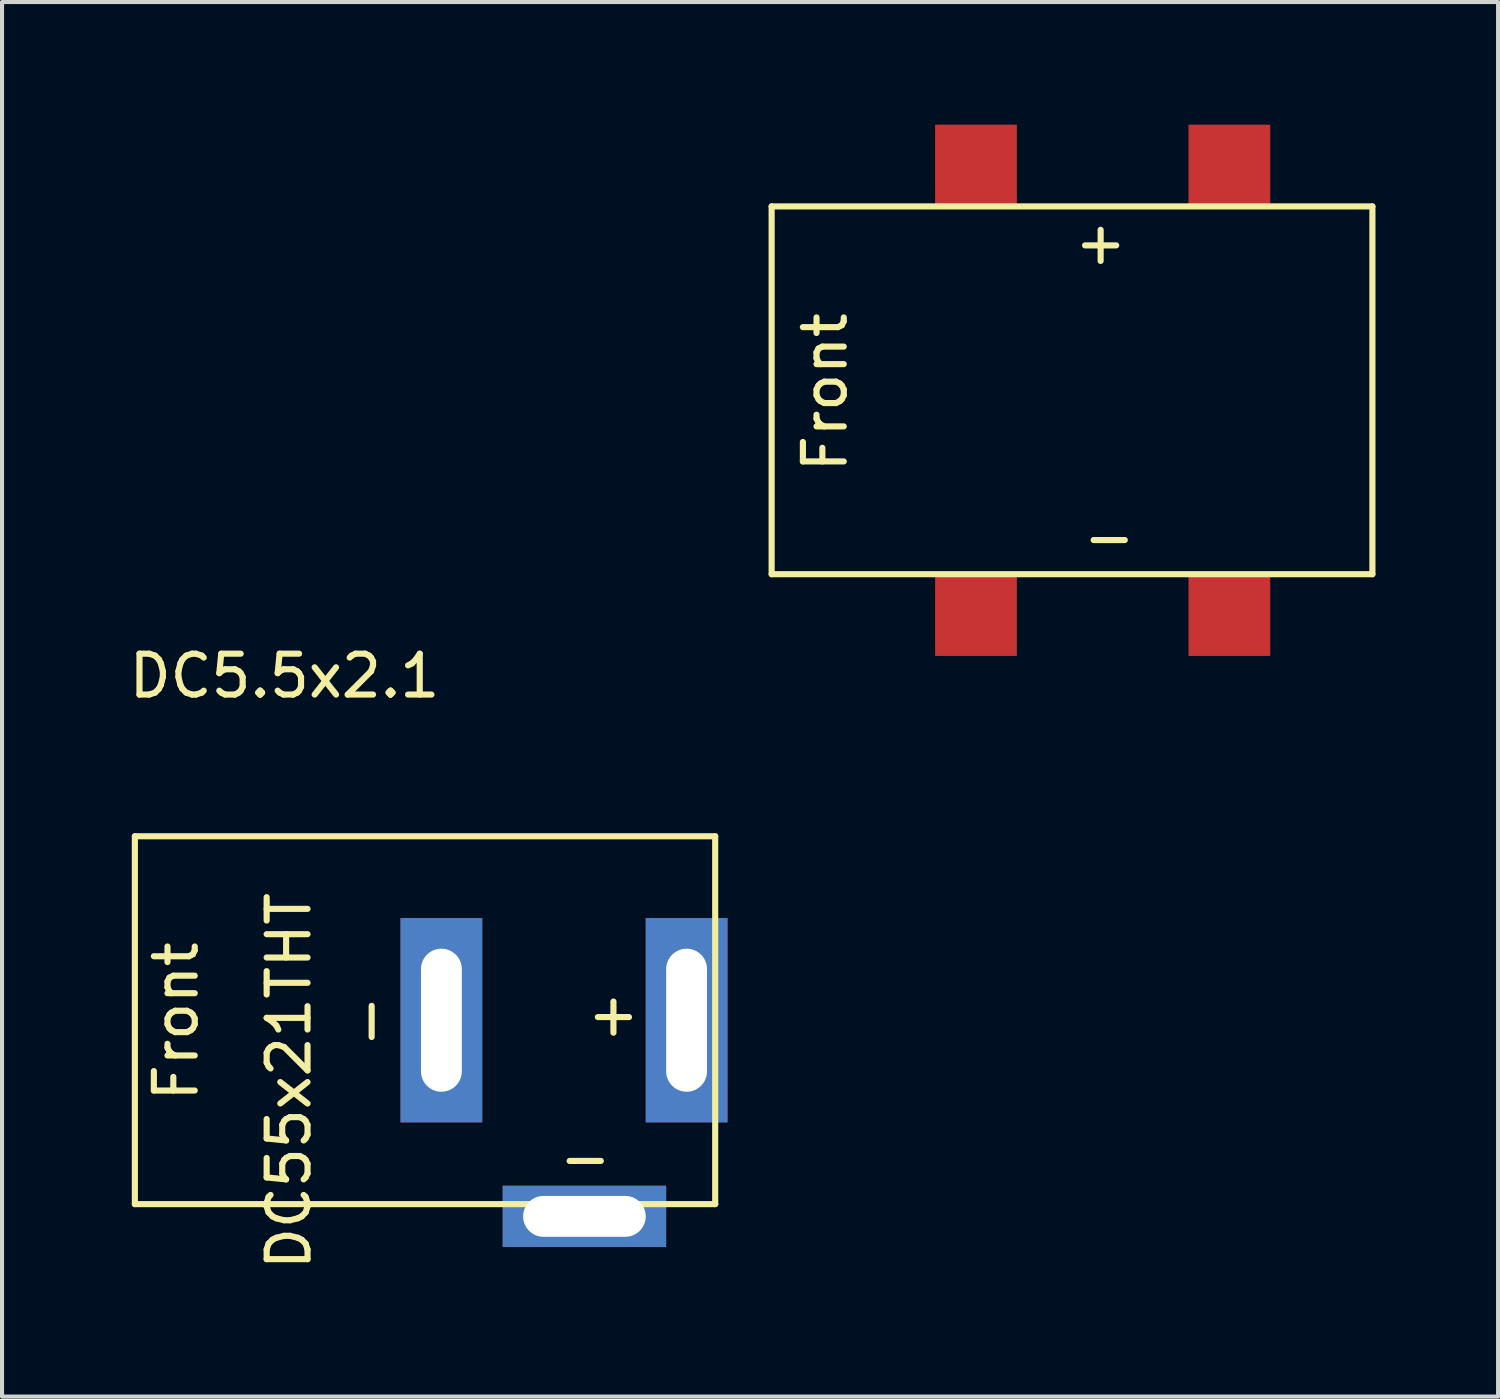
<source format=kicad_pcb>
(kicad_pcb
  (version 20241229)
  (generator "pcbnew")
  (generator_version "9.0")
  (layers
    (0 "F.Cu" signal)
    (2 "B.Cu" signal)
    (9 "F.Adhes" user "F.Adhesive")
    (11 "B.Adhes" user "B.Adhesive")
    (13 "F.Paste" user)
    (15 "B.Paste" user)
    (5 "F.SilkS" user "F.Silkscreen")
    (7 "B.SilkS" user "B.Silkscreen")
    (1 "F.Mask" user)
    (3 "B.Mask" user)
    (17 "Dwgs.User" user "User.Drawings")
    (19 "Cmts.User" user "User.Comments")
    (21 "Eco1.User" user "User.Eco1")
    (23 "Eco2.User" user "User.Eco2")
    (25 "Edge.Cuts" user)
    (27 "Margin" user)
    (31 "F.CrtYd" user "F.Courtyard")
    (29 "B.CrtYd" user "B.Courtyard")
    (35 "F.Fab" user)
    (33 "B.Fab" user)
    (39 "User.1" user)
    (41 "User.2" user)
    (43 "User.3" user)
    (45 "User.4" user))
  (footprint "DC55x21THT"
    (layer "F.Cu")
    (at 0.25 26.413)
    (property "Reference" "DC55x21THT" (at 3.77 -3.01 90) (layer "F.SilkS") (effects (font (size 1 1) (thickness 0.15))))
    (attr through_hole)
    (fp_line (start 0 -9) (end 0 0) (stroke (width 0.15) (type solid)) (layer "F.SilkS"))
    (fp_line (start 0 0) (end 14.2 0) (stroke (width 0.15) (type solid)) (layer "F.SilkS"))
    (fp_line (start 14.2 -9) (end 0 -9) (stroke (width 0.15) (type solid)) (layer "F.SilkS"))
    (fp_line (start 14.2 0) (end 14.2 -9) (stroke (width 0.15) (type solid)) (layer "F.SilkS"))
    (fp_text user "Front" (at 1.01 -4.47 90) (layer "F.SilkS") (effects (font (size 1 1) (thickness 0.15))))
    (fp_text user "+" (at 11.71 -4.65 0) (layer "F.SilkS") (effects (font (size 1 1) (thickness 0.15))))
    (fp_text user "-" (at 11.02 -1.13 0) (layer "F.SilkS") (effects (font (size 1 1) (thickness 0.15))))
    (fp_text user "-" (at 5.72 -4.47 90) (layer "F.SilkS") (effects (font (size 1 1) (thickness 0.15))))
    (pad "1" thru_hole rect (at 13.5 -4.5) (size 2 5) (drill oval 1 3.5) (layers "*.Cu" "*.Mask"))
    (pad "2" thru_hole rect (at 7.5 -4.5) (size 2 5) (drill oval 1 3.5) (layers "*.Cu" "*.Mask"))
    (pad "3" thru_hole rect (at 11 0.3 90) (size 1.5 4) (drill oval 1 3) (layers "*.Cu" "*.Mask")))
  (footprint "DC5.5x2.1"
    (layer "F.Cu")
    (at 15.831 11)
    (property "Reference" "DC5.5x2.1" (at -11.92 2.49 0) (layer "F.SilkS") (effects (font (size 1 1) (thickness 0.15))))
    (attr through_hole)
    (fp_line (start 0 -9) (end 0 0) (stroke (width 0.15) (type solid)) (layer "F.SilkS"))
    (fp_line (start 0 0) (end 14.7 0) (stroke (width 0.15) (type solid)) (layer "F.SilkS"))
    (fp_line (start 14.7 -9) (end 0 -9) (stroke (width 0.15) (type solid)) (layer "F.SilkS"))
    (fp_line (start 14.7 0) (end 14.7 -9) (stroke (width 0.15) (type solid)) (layer "F.SilkS"))
    (fp_text user "Front" (at 1.31 -4.45 90) (layer "F.SilkS") (effects (font (size 1 1) (thickness 0.15))))
    (fp_text user "-" (at 8.26 -0.91 0) (layer "F.SilkS") (effects (font (size 1 1) (thickness 0.15))))
    (fp_text user "+" (at 8.05 -8.12 0) (layer "F.SilkS") (effects (font (size 1 1) (thickness 0.15))))
    (pad "1" smd rect (at 5 1) (size 2 2) (layers "F.Cu" "F.Mask" "F.Paste"))
    (pad "2" smd rect (at 11.2 1) (size 2 2) (layers "F.Cu" "F.Mask" "F.Paste"))
    (pad "3" smd rect (at 5 -10) (size 2 2) (layers "F.Cu" "F.Mask" "F.Paste"))
    (pad "3" smd rect (at 11.2 -10) (size 2 2) (layers "F.Cu" "F.Mask" "F.Paste")))
  (gr_rect
    (start -3 -3)
    (end 33.606 31.123)
    (stroke (width 0.1) (type default))
    (fill no)
    (layer "Edge.Cuts")))
</source>
